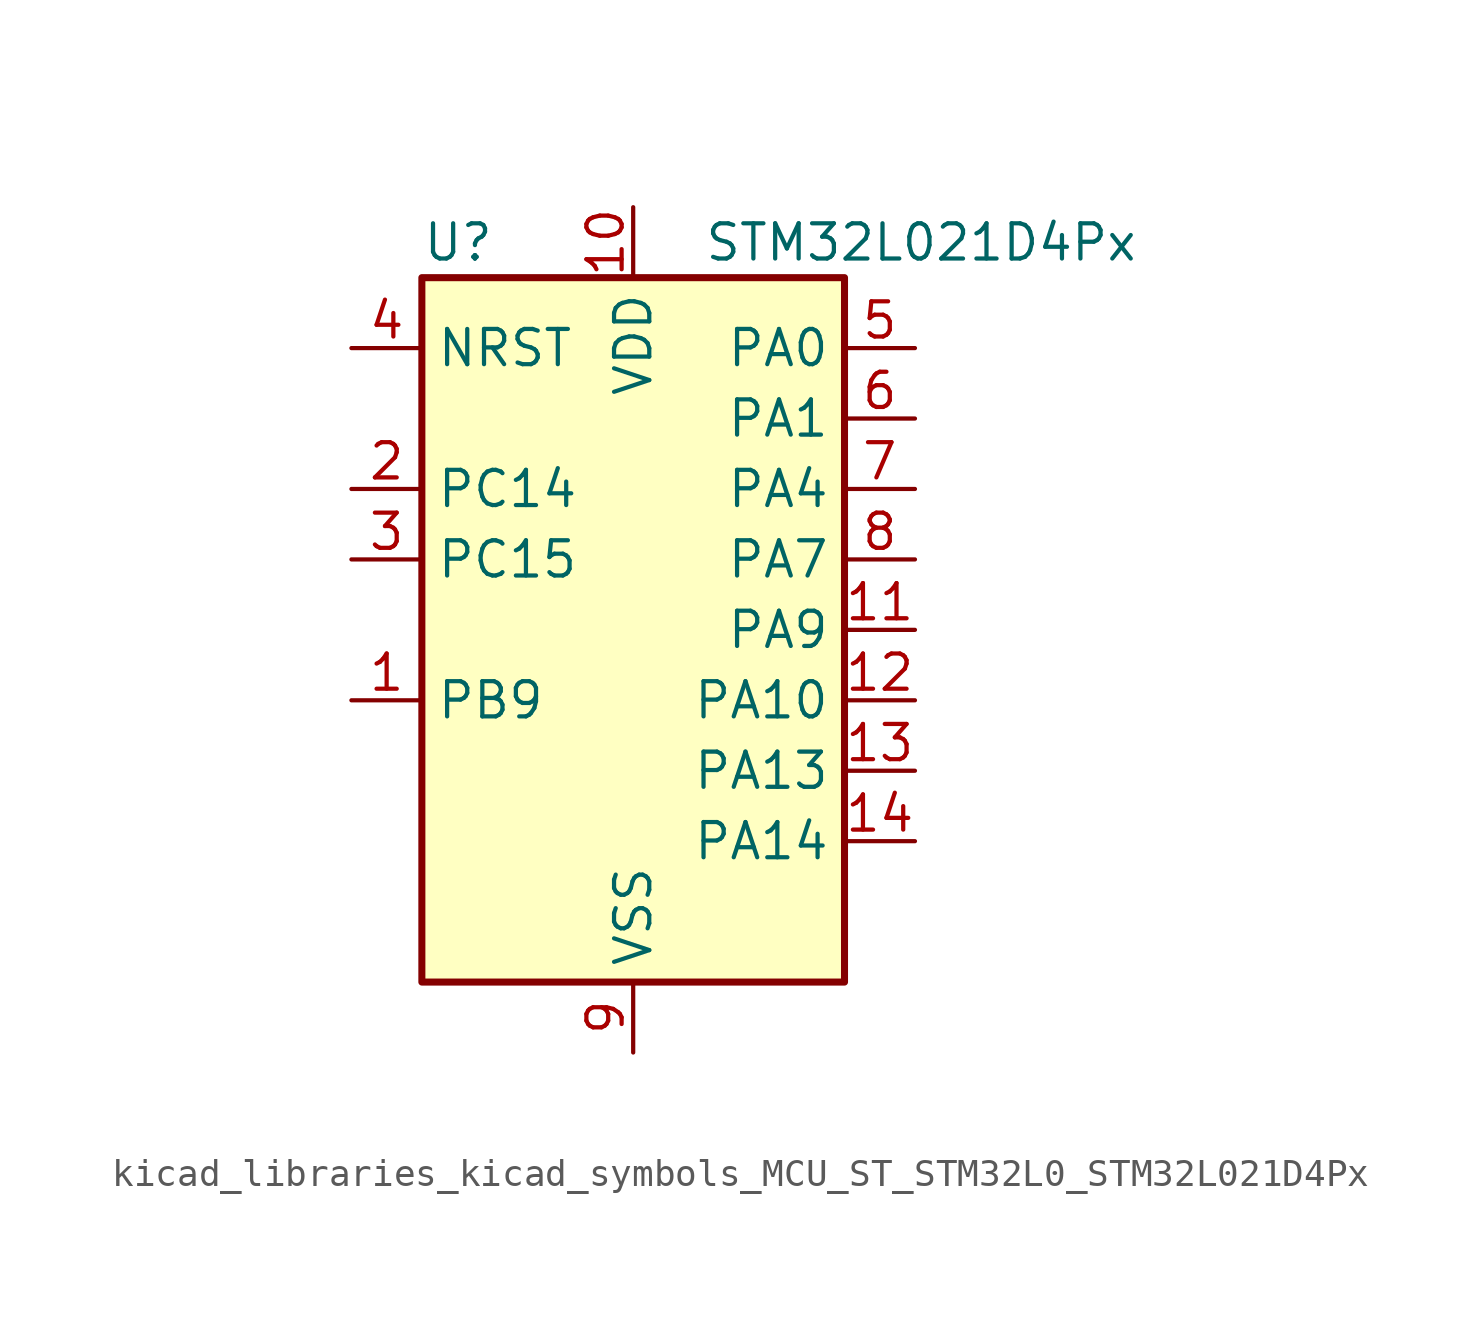
<source format=kicad_sym>
(kicad_symbol_lib
  (version 20220914)
  (generator kicad_symbol_editor)
  (symbol "kicad_libraries_kicad_symbols_MCU_ST_STM32L0_STM32L021D4Px"
    (property "Reference" "U"
      (at -7.62 13.97 0)
      (effects (font (size 1.27 1.27)) (justify left)))
    (property "Value" "STM32L021D4Px"
      (at 2.54 13.97 0)
      (effects (font (size 1.27 1.27)) (justify left)))
    (property "ki_locked" ""
      (at 0 0 0)
      (effects (font (size 1.27 1.27))))
    (symbol "kicad_libraries_kicad_symbols_MCU_ST_STM32L0_STM32L021D4Px_0_1"
      (rectangle (start -7.62 -12.7) (end 7.62 12.7) (stroke (width 0.254) (type default)) (fill (type background))))
    (symbol "kicad_libraries_kicad_symbols_MCU_ST_STM32L0_STM32L021D4Px_1_1"
      (pin bidirectional line (at -10.16 -2.54 0) (length 2.54) (name "PB9" (effects (font (size 1.27 1.27)))) (number "1" (effects (font (size 1.27 1.27)))))
      (pin power_in line (at 0 15.24 270) (length 2.54) (name "VDD" (effects (font (size 1.27 1.27)))) (number "10" (effects (font (size 1.27 1.27)))))
      (pin bidirectional line (at 10.16 0 180) (length 2.54) (name "PA9" (effects (font (size 1.27 1.27)))) (number "11" (effects (font (size 1.27 1.27)))) (alternate "COMP1_OUT" bidirectional line) (alternate "I2C1_SCL" bidirectional line) (alternate "LPTIM1_OUT" bidirectional line) (alternate "RCC_MCO" bidirectional line) (alternate "TIM21_CH2" bidirectional line) (alternate "USART2_TX" bidirectional line))
      (pin bidirectional line (at 10.16 -2.54 180) (length 2.54) (name "PA10" (effects (font (size 1.27 1.27)))) (number "12" (effects (font (size 1.27 1.27)))) (alternate "COMP1_OUT" bidirectional line) (alternate "I2C1_SDA" bidirectional line) (alternate "RTC_REFIN" bidirectional line) (alternate "TIM21_CH1" bidirectional line) (alternate "TIM2_CH3" bidirectional line) (alternate "USART2_RX" bidirectional line))
      (pin bidirectional line (at 10.16 -5.08 180) (length 2.54) (name "PA13" (effects (font (size 1.27 1.27)))) (number "13" (effects (font (size 1.27 1.27)))) (alternate "COMP1_OUT" bidirectional line) (alternate "I2C1_SDA" bidirectional line) (alternate "LPTIM1_ETR" bidirectional line) (alternate "LPUART1_RX" bidirectional line) (alternate "SPI1_SCK" bidirectional line) (alternate "SYS_SWDIO" bidirectional line))
      (pin bidirectional line (at 10.16 -7.62 180) (length 2.54) (name "PA14" (effects (font (size 1.27 1.27)))) (number "14" (effects (font (size 1.27 1.27)))) (alternate "COMP2_OUT" bidirectional line) (alternate "I2C1_SMBA" bidirectional line) (alternate "LPTIM1_OUT" bidirectional line) (alternate "LPUART1_TX" bidirectional line) (alternate "SPI1_MISO" bidirectional line) (alternate "SYS_SWCLK" bidirectional line) (alternate "USART2_TX" bidirectional line))
      (pin bidirectional line (at -10.16 5.08 0) (length 2.54) (name "PC14" (effects (font (size 1.27 1.27)))) (number "2" (effects (font (size 1.27 1.27)))) (alternate "RCC_OSC32_IN" bidirectional line))
      (pin bidirectional line (at -10.16 2.54 0) (length 2.54) (name "PC15" (effects (font (size 1.27 1.27)))) (number "3" (effects (font (size 1.27 1.27)))) (alternate "RCC_OSC32_OUT" bidirectional line))
      (pin input line (at -10.16 10.16 0) (length 2.54) (name "NRST" (effects (font (size 1.27 1.27)))) (number "4" (effects (font (size 1.27 1.27)))))
      (pin bidirectional line (at 10.16 10.16 180) (length 2.54) (name "PA0" (effects (font (size 1.27 1.27)))) (number "5" (effects (font (size 1.27 1.27)))) (alternate "ADC_IN0" bidirectional line) (alternate "COMP1_INM" bidirectional line) (alternate "COMP1_OUT" bidirectional line) (alternate "LPTIM1_IN1" bidirectional line) (alternate "LPUART1_RX" bidirectional line) (alternate "RCC_CK_IN" bidirectional line) (alternate "RTC_TAMP2" bidirectional line) (alternate "SYS_WKUP1" bidirectional line) (alternate "TIM2_CH1" bidirectional line) (alternate "TIM2_ETR" bidirectional line) (alternate "USART2_CTS" bidirectional line) (alternate "USART2_RX" bidirectional line))
      (pin bidirectional line (at 10.16 7.62 180) (length 2.54) (name "PA1" (effects (font (size 1.27 1.27)))) (number "6" (effects (font (size 1.27 1.27)))) (alternate "ADC_IN1" bidirectional line) (alternate "COMP1_INP" bidirectional line) (alternate "I2C1_SMBA" bidirectional line) (alternate "LPTIM1_IN2" bidirectional line) (alternate "LPUART1_TX" bidirectional line) (alternate "TIM21_ETR" bidirectional line) (alternate "TIM2_CH2" bidirectional line) (alternate "USART2_DE" bidirectional line) (alternate "USART2_RTS" bidirectional line))
      (pin bidirectional line (at 10.16 5.08 180) (length 2.54) (name "PA4" (effects (font (size 1.27 1.27)))) (number "7" (effects (font (size 1.27 1.27)))) (alternate "ADC_IN4" bidirectional line) (alternate "COMP1_INM" bidirectional line) (alternate "COMP2_INM" bidirectional line) (alternate "COMP2_OUT" bidirectional line) (alternate "I2C1_SCL" bidirectional line) (alternate "LPTIM1_ETR" bidirectional line) (alternate "LPTIM1_IN1" bidirectional line) (alternate "LPUART1_TX" bidirectional line) (alternate "SPI1_NSS" bidirectional line) (alternate "TIM2_ETR" bidirectional line) (alternate "USART2_CK" bidirectional line))
      (pin bidirectional line (at 10.16 2.54 180) (length 2.54) (name "PA7" (effects (font (size 1.27 1.27)))) (number "8" (effects (font (size 1.27 1.27)))) (alternate "ADC_IN7" bidirectional line) (alternate "COMP2_INP" bidirectional line) (alternate "COMP2_OUT" bidirectional line) (alternate "LPTIM1_OUT" bidirectional line) (alternate "SPI1_MOSI" bidirectional line) (alternate "TIM21_ETR" bidirectional line) (alternate "USART2_CTS" bidirectional line))
      (pin power_in line (at 0 -15.24 90) (length 2.54) (name "VSS" (effects (font (size 1.27 1.27)))) (number "9" (effects (font (size 1.27 1.27))))))))
</source>
